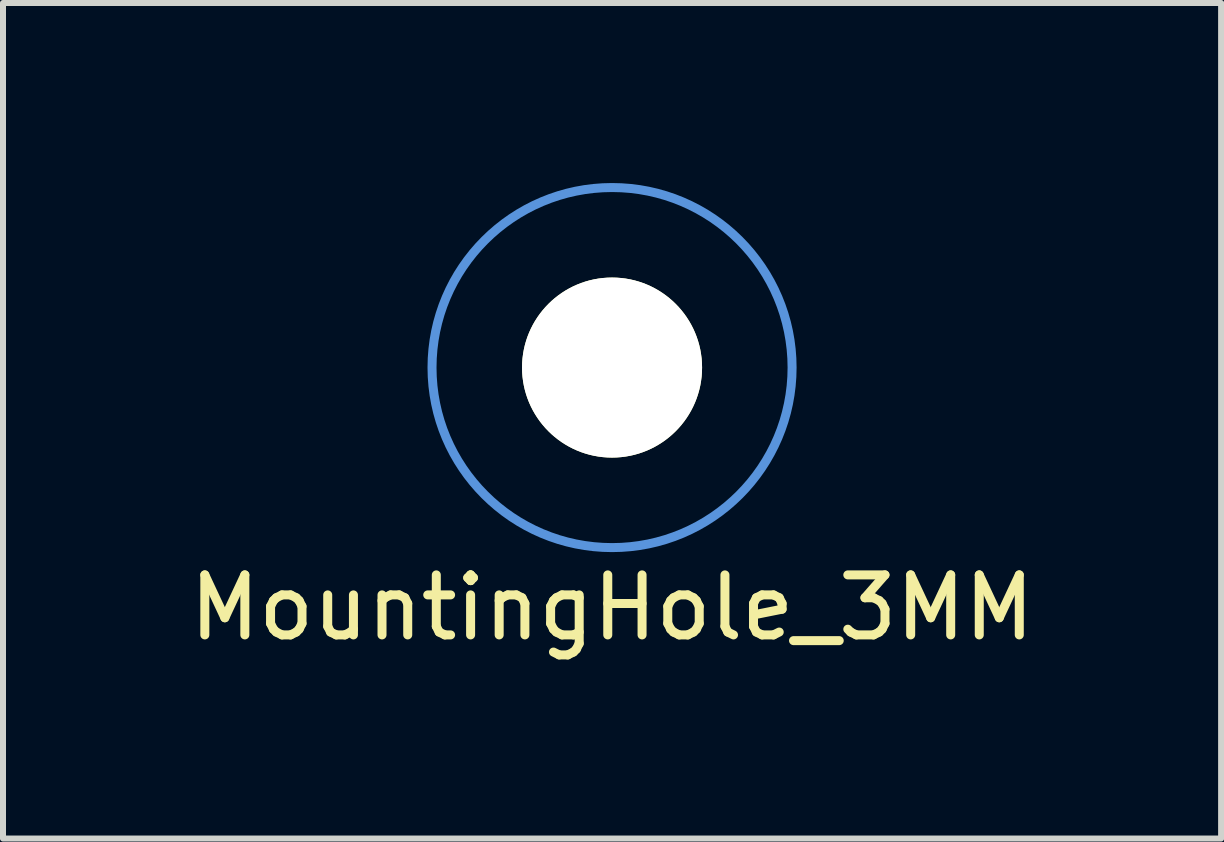
<source format=kicad_pcb>
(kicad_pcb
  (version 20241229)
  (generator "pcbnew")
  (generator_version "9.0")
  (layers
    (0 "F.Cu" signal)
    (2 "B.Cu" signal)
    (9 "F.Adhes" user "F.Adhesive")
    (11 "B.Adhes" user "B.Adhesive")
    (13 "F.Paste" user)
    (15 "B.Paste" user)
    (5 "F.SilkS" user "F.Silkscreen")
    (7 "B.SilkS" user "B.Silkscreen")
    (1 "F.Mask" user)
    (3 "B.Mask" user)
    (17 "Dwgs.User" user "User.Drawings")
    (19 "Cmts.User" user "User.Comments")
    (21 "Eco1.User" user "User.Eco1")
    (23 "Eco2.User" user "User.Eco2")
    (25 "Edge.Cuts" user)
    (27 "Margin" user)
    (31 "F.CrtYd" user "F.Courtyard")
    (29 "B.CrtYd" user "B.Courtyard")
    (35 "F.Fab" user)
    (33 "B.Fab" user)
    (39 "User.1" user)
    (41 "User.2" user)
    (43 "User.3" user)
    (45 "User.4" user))
  (footprint "MountingHole_3MM"
    (layer "F.Cu")
    (at 7.149 3.075)
    (property "Reference" "MountingHole_3MM" (at 0 4 0) (layer "F.SilkS") (effects (font (size 1 1) (thickness 0.15))))
    (attr through_hole)
    (fp_circle (center 0 0) (end 3 0) (stroke (width 0.15) (type solid)) (fill no) (layer "Cmts.User"))
    (pad "" np_thru_hole circle (at 0 0) (size 3 3) (drill 3) (layers "*.Cu" "*.Mask" "F.SilkS")))
  (gr_rect
    (start -3 -3)
    (end 17.298 10.923)
    (stroke (width 0.1) (type default))
    (fill no)
    (layer "Edge.Cuts")))
</source>
